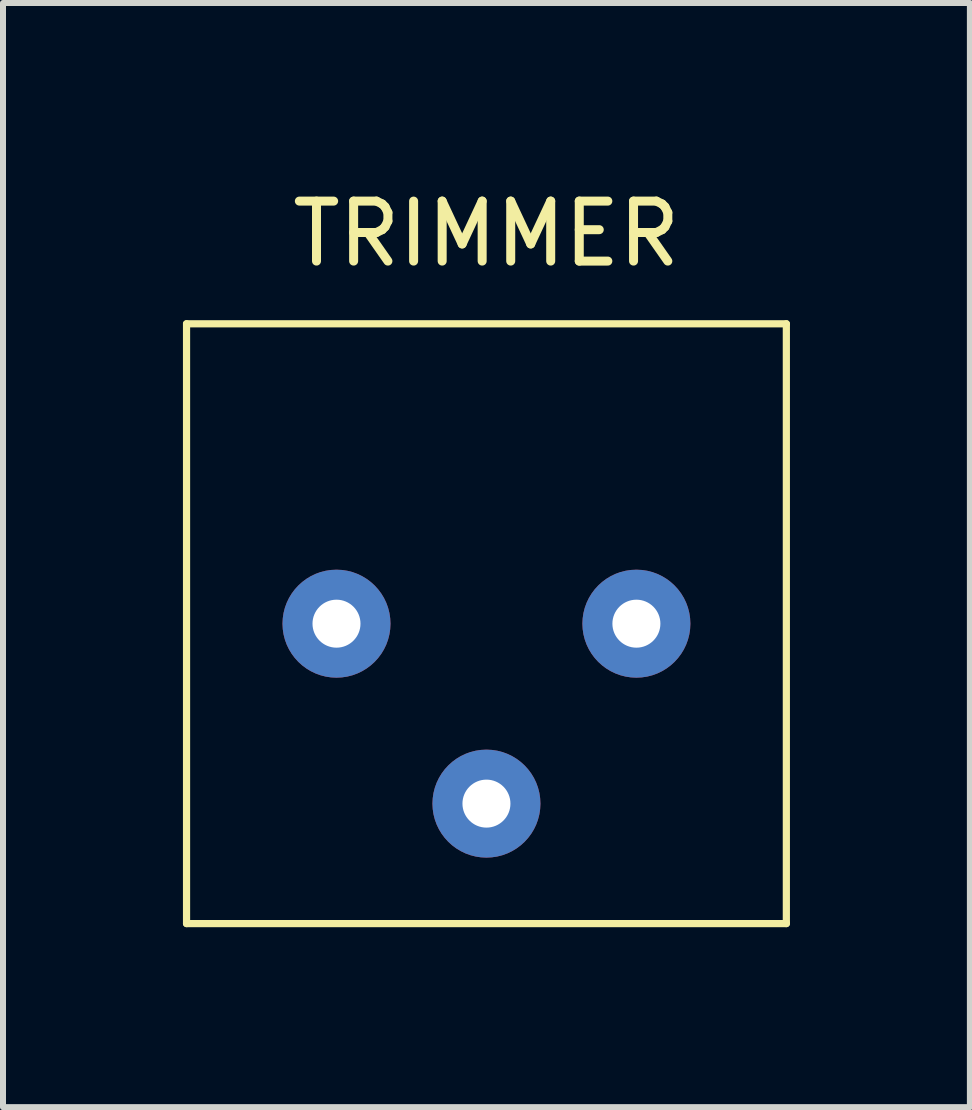
<source format=kicad_pcb>
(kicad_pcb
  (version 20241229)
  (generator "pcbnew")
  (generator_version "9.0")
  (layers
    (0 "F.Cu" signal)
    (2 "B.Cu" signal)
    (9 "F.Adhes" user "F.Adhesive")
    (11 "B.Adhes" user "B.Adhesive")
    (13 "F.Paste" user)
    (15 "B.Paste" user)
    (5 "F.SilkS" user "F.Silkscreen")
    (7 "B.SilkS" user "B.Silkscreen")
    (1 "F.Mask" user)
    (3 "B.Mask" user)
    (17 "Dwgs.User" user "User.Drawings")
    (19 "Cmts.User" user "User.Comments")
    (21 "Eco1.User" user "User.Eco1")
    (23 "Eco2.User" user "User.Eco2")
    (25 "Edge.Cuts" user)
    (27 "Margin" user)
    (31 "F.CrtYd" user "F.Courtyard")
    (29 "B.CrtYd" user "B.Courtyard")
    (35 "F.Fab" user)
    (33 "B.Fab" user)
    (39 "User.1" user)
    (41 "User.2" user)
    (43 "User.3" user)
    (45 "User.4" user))
  (footprint "TRIMMER"
    (layer "F.Cu")
    (at 5.06 7.348)
    (property "Reference" "TRIMMER" (at 0 -6.5 0) (layer "F.SilkS") (effects (font (size 1 1) (thickness 0.15))))
    (attr through_hole)
    (fp_line (start -5 -5) (end 5 -5) (stroke (width 0.12) (type solid)) (layer "F.SilkS"))
    (fp_line (start -5 5) (end -5 -5) (stroke (width 0.12) (type solid)) (layer "F.SilkS"))
    (fp_line (start 5 -5) (end 5 5) (stroke (width 0.12) (type solid)) (layer "F.SilkS"))
    (fp_line (start 5 5) (end -5 5) (stroke (width 0.12) (type solid)) (layer "F.SilkS"))
    (pad "1" thru_hole circle (at -2.5 0) (size 1.8 1.8) (drill 0.8) (layers "*.Cu" "*.Mask"))
    (pad "2" thru_hole circle (at 0 3) (size 1.8 1.8) (drill 0.8) (layers "*.Cu" "*.Mask"))
    (pad "3" thru_hole circle (at 2.5 0) (size 1.8 1.8) (drill 0.8) (layers "*.Cu" "*.Mask")))
  (gr_rect
    (start -3 -3)
    (end 13.12 15.408)
    (stroke (width 0.1) (type default))
    (fill no)
    (layer "Edge.Cuts")))
</source>
